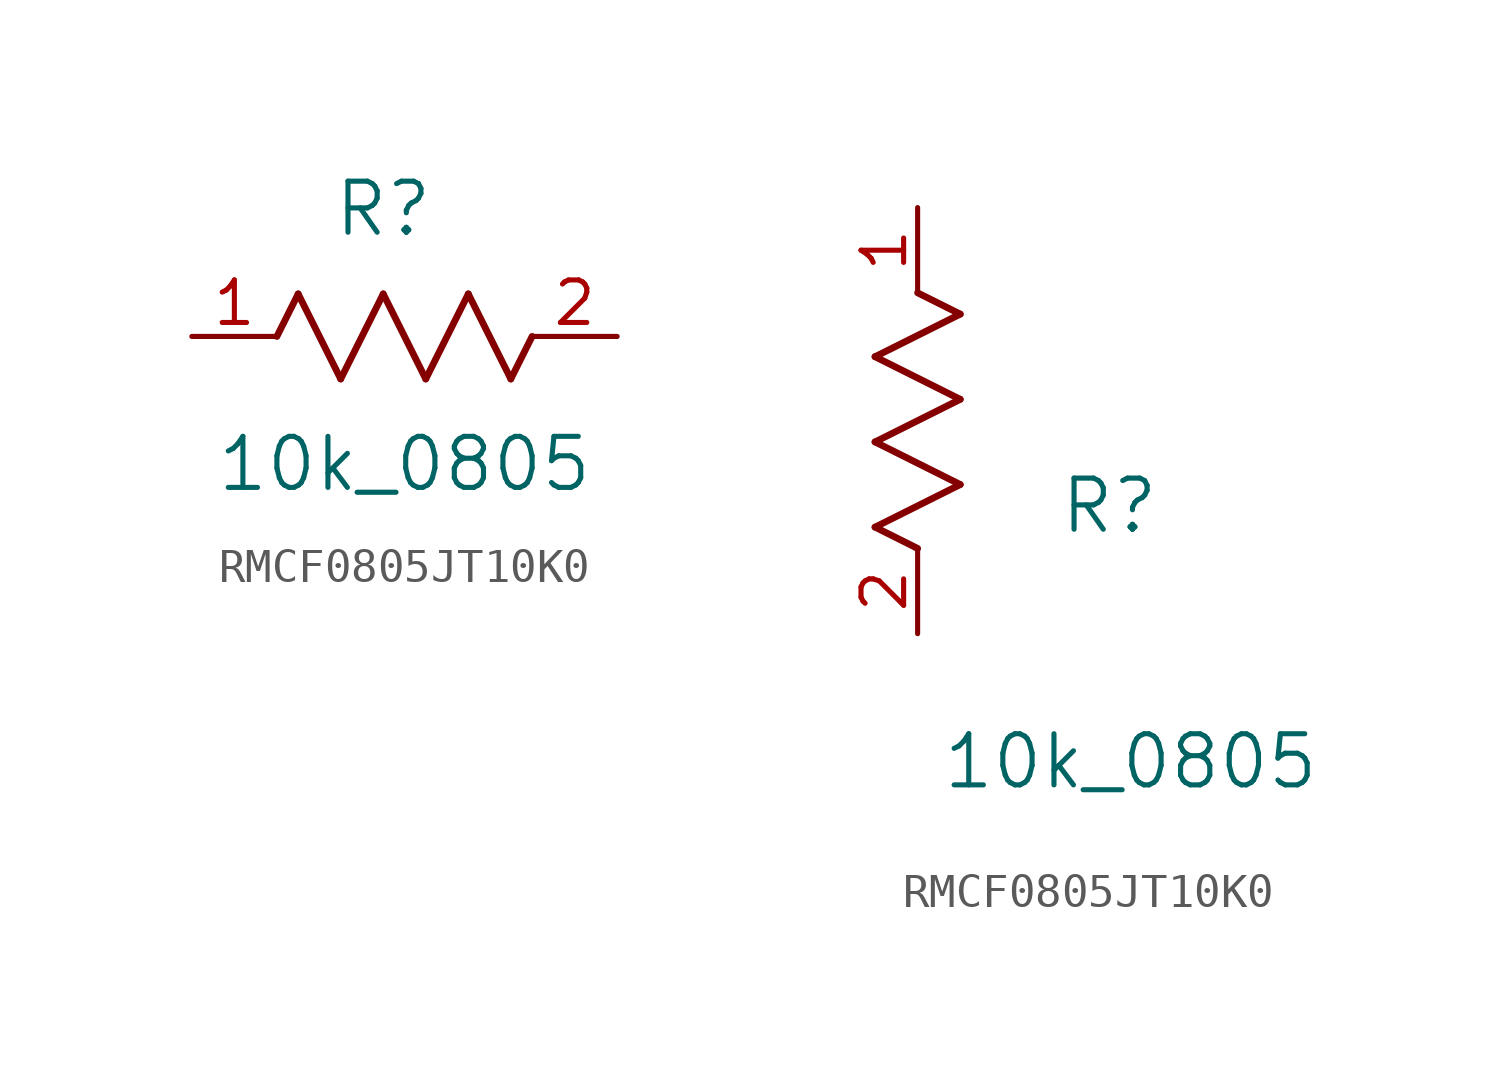
<source format=kicad_sym>
(kicad_symbol_lib
  (version 20220914)
  (generator kicad_symbol_editor)
  (symbol "RMCF0805JT10K0"
    (pin_names
      (offset 0.254))
    (property "Reference" "R"
      (at 5.715 3.81 0)
      (effects (font (size 1.524 1.524))))
    (property "Value" "10k_0805"
      (at 6.35 -3.81 0)
      (effects (font (size 1.524 1.524))))
    (symbol "RMCF0805JT10K0_1_1"
      (polyline (pts (xy 2.54 0) (xy 3.175 1.27)) (stroke (width 0.203) (type default)) (fill (type none)))
      (polyline (pts (xy 3.175 1.27) (xy 4.445 -1.27)) (stroke (width 0.203) (type default)) (fill (type none)))
      (polyline (pts (xy 4.445 -1.27) (xy 5.715 1.27)) (stroke (width 0.203) (type default)) (fill (type none)))
      (polyline (pts (xy 5.715 1.27) (xy 6.985 -1.27)) (stroke (width 0.203) (type default)) (fill (type none)))
      (polyline (pts (xy 6.985 -1.27) (xy 8.255 1.27)) (stroke (width 0.203) (type default)) (fill (type none)))
      (polyline (pts (xy 8.255 1.27) (xy 9.525 -1.27)) (stroke (width 0.203) (type default)) (fill (type none)))
      (polyline (pts (xy 9.525 -1.27) (xy 10.16 0)) (stroke (width 0.203) (type default)) (fill (type none)))
      (pin unspecified line (at 0 0 0) (length 2.54) (name "" (effects (font (size 1.27 1.27)))) (number "1" (effects (font (size 1.27 1.27)))))
      (pin unspecified line (at 12.7 0 180) (length 2.54) (name "" (effects (font (size 1.27 1.27)))) (number "2" (effects (font (size 1.27 1.27))))))
    (symbol "RMCF0805JT10K0_1_2"
      (polyline (pts (xy -1.27 3.175) (xy 1.27 4.445)) (stroke (width 0.203) (type default)) (fill (type none)))
      (polyline (pts (xy -1.27 5.715) (xy 1.27 6.985)) (stroke (width 0.203) (type default)) (fill (type none)))
      (polyline (pts (xy -1.27 8.255) (xy 1.27 9.525)) (stroke (width 0.203) (type default)) (fill (type none)))
      (polyline (pts (xy 0 2.54) (xy -1.27 3.175)) (stroke (width 0.203) (type default)) (fill (type none)))
      (polyline (pts (xy 1.27 4.445) (xy -1.27 5.715)) (stroke (width 0.203) (type default)) (fill (type none)))
      (polyline (pts (xy 1.27 6.985) (xy -1.27 8.255)) (stroke (width 0.203) (type default)) (fill (type none)))
      (polyline (pts (xy 1.27 9.525) (xy 0 10.16)) (stroke (width 0.203) (type default)) (fill (type none)))
      (pin unspecified line (at 0 12.7 270) (length 2.54) (name "" (effects (font (size 1.27 1.27)))) (number "1" (effects (font (size 1.27 1.27)))))
      (pin unspecified line (at 0 0 90) (length 2.54) (name "" (effects (font (size 1.27 1.27)))) (number "2" (effects (font (size 1.27 1.27))))))))
</source>
